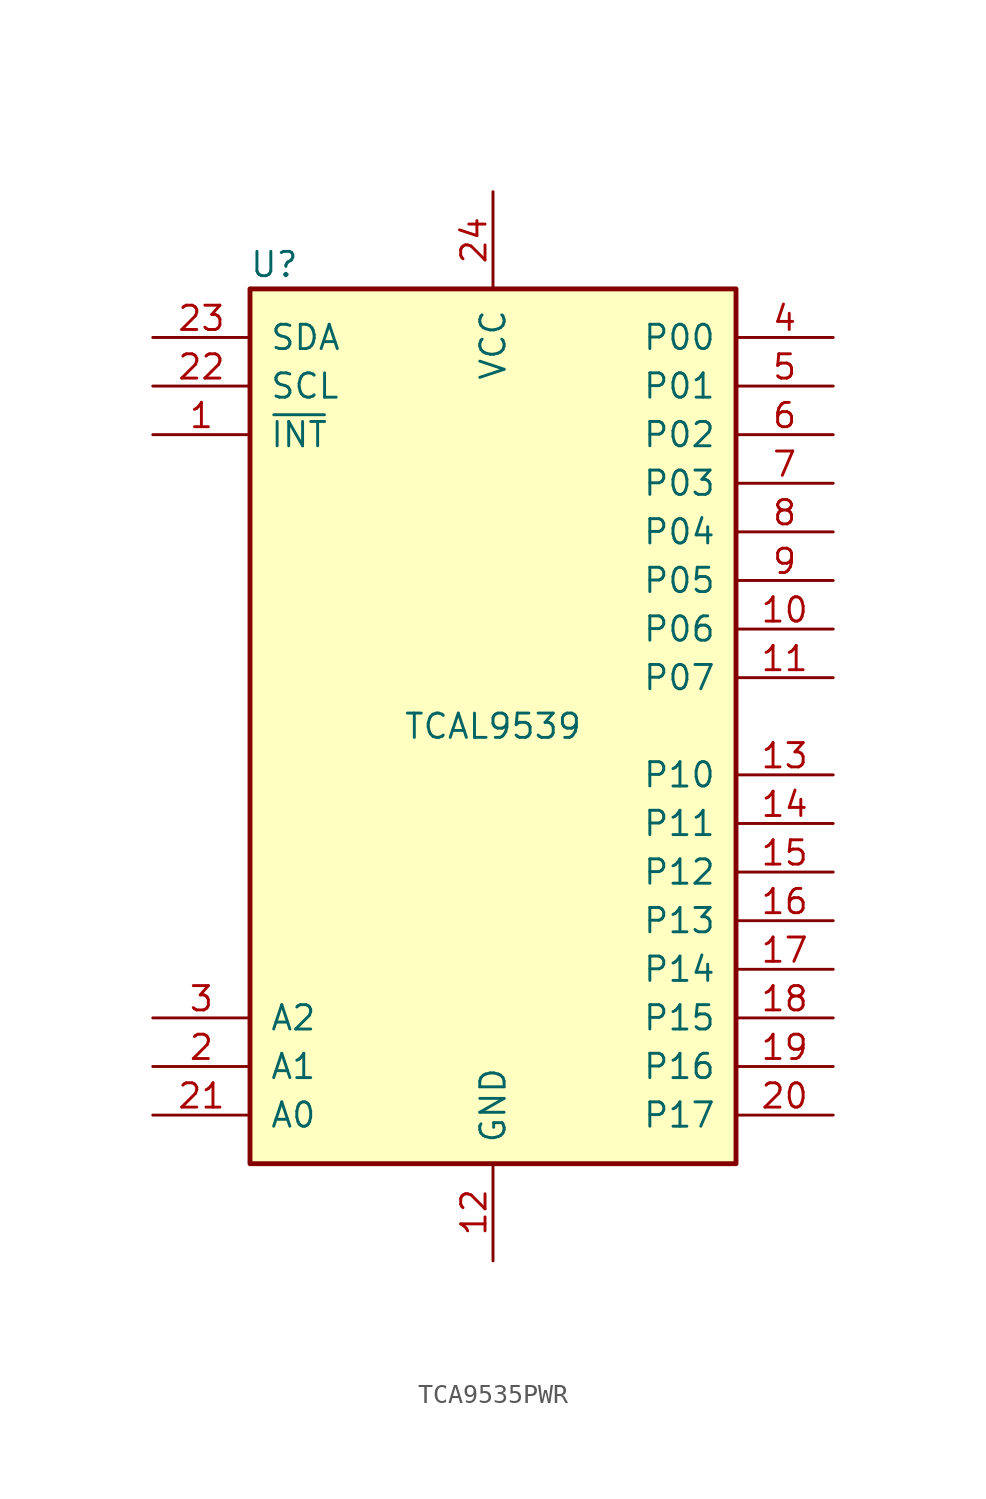
<source format=kicad_sym>
(kicad_symbol_lib
  (version 20231120)
  (generator "kicad_symbol_editor")
  (generator_version "8.0")
  (symbol "TCA9535PWR"
    (pin_names
      (offset 1.016))
    (property "Reference" "U"
      (at -11.43 24.13 0)
      (effects (font (size 1.27 1.27))))
    (property "Value" "TCAL9539"
      (at 0 0 0)
      (effects (font (size 1.27 1.27))))
    (symbol "TCA9535PWR_0_1"
      (rectangle (start -12.7 22.86) (end 12.7 -22.86) (stroke (width 0.254) (type default)) (fill (type background))))
    (symbol "TCA9535PWR_1_1"
      (pin open_collector line (at -17.78 15.24 0) (length 5.08) (name "~{INT}" (effects (font (size 1.27 1.27)))) (number "1" (effects (font (size 1.27 1.27)))))
      (pin bidirectional line (at 17.78 5.08 180) (length 5.08) (name "P06" (effects (font (size 1.27 1.27)))) (number "10" (effects (font (size 1.27 1.27)))))
      (pin bidirectional line (at 17.78 2.54 180) (length 5.08) (name "P07" (effects (font (size 1.27 1.27)))) (number "11" (effects (font (size 1.27 1.27)))))
      (pin power_in line (at 0 -27.94 90) (length 5.08) (name "GND" (effects (font (size 1.27 1.27)))) (number "12" (effects (font (size 1.27 1.27)))))
      (pin bidirectional line (at 17.78 -2.54 180) (length 5.08) (name "P10" (effects (font (size 1.27 1.27)))) (number "13" (effects (font (size 1.27 1.27)))))
      (pin bidirectional line (at 17.78 -5.08 180) (length 5.08) (name "P11" (effects (font (size 1.27 1.27)))) (number "14" (effects (font (size 1.27 1.27)))))
      (pin bidirectional line (at 17.78 -7.62 180) (length 5.08) (name "P12" (effects (font (size 1.27 1.27)))) (number "15" (effects (font (size 1.27 1.27)))))
      (pin bidirectional line (at 17.78 -10.16 180) (length 5.08) (name "P13" (effects (font (size 1.27 1.27)))) (number "16" (effects (font (size 1.27 1.27)))))
      (pin bidirectional line (at 17.78 -12.7 180) (length 5.08) (name "P14" (effects (font (size 1.27 1.27)))) (number "17" (effects (font (size 1.27 1.27)))))
      (pin bidirectional line (at 17.78 -15.24 180) (length 5.08) (name "P15" (effects (font (size 1.27 1.27)))) (number "18" (effects (font (size 1.27 1.27)))))
      (pin bidirectional line (at 17.78 -17.78 180) (length 5.08) (name "P16" (effects (font (size 1.27 1.27)))) (number "19" (effects (font (size 1.27 1.27)))))
      (pin input line (at -17.78 -17.78 0) (length 5.08) (name "A1" (effects (font (size 1.27 1.27)))) (number "2" (effects (font (size 1.27 1.27)))))
      (pin bidirectional line (at 17.78 -20.32 180) (length 5.08) (name "P17" (effects (font (size 1.27 1.27)))) (number "20" (effects (font (size 1.27 1.27)))))
      (pin input line (at -17.78 -20.32 0) (length 5.08) (name "A0" (effects (font (size 1.27 1.27)))) (number "21" (effects (font (size 1.27 1.27)))))
      (pin input line (at -17.78 17.78 0) (length 5.08) (name "SCL" (effects (font (size 1.27 1.27)))) (number "22" (effects (font (size 1.27 1.27)))))
      (pin bidirectional line (at -17.78 20.32 0) (length 5.08) (name "SDA" (effects (font (size 1.27 1.27)))) (number "23" (effects (font (size 1.27 1.27)))))
      (pin power_in line (at 0 27.94 270) (length 5.08) (name "VCC" (effects (font (size 1.27 1.27)))) (number "24" (effects (font (size 1.27 1.27)))))
      (pin input line (at -17.78 -15.24 0) (length 5.08) (name "A2" (effects (font (size 1.27 1.27)))) (number "3" (effects (font (size 1.27 1.27)))))
      (pin bidirectional line (at 17.78 20.32 180) (length 5.08) (name "P00" (effects (font (size 1.27 1.27)))) (number "4" (effects (font (size 1.27 1.27)))))
      (pin bidirectional line (at 17.78 17.78 180) (length 5.08) (name "P01" (effects (font (size 1.27 1.27)))) (number "5" (effects (font (size 1.27 1.27)))))
      (pin bidirectional line (at 17.78 15.24 180) (length 5.08) (name "P02" (effects (font (size 1.27 1.27)))) (number "6" (effects (font (size 1.27 1.27)))))
      (pin bidirectional line (at 17.78 12.7 180) (length 5.08) (name "P03" (effects (font (size 1.27 1.27)))) (number "7" (effects (font (size 1.27 1.27)))))
      (pin bidirectional line (at 17.78 10.16 180) (length 5.08) (name "P04" (effects (font (size 1.27 1.27)))) (number "8" (effects (font (size 1.27 1.27)))))
      (pin bidirectional line (at 17.78 7.62 180) (length 5.08) (name "P05" (effects (font (size 1.27 1.27)))) (number "9" (effects (font (size 1.27 1.27))))))))
</source>
